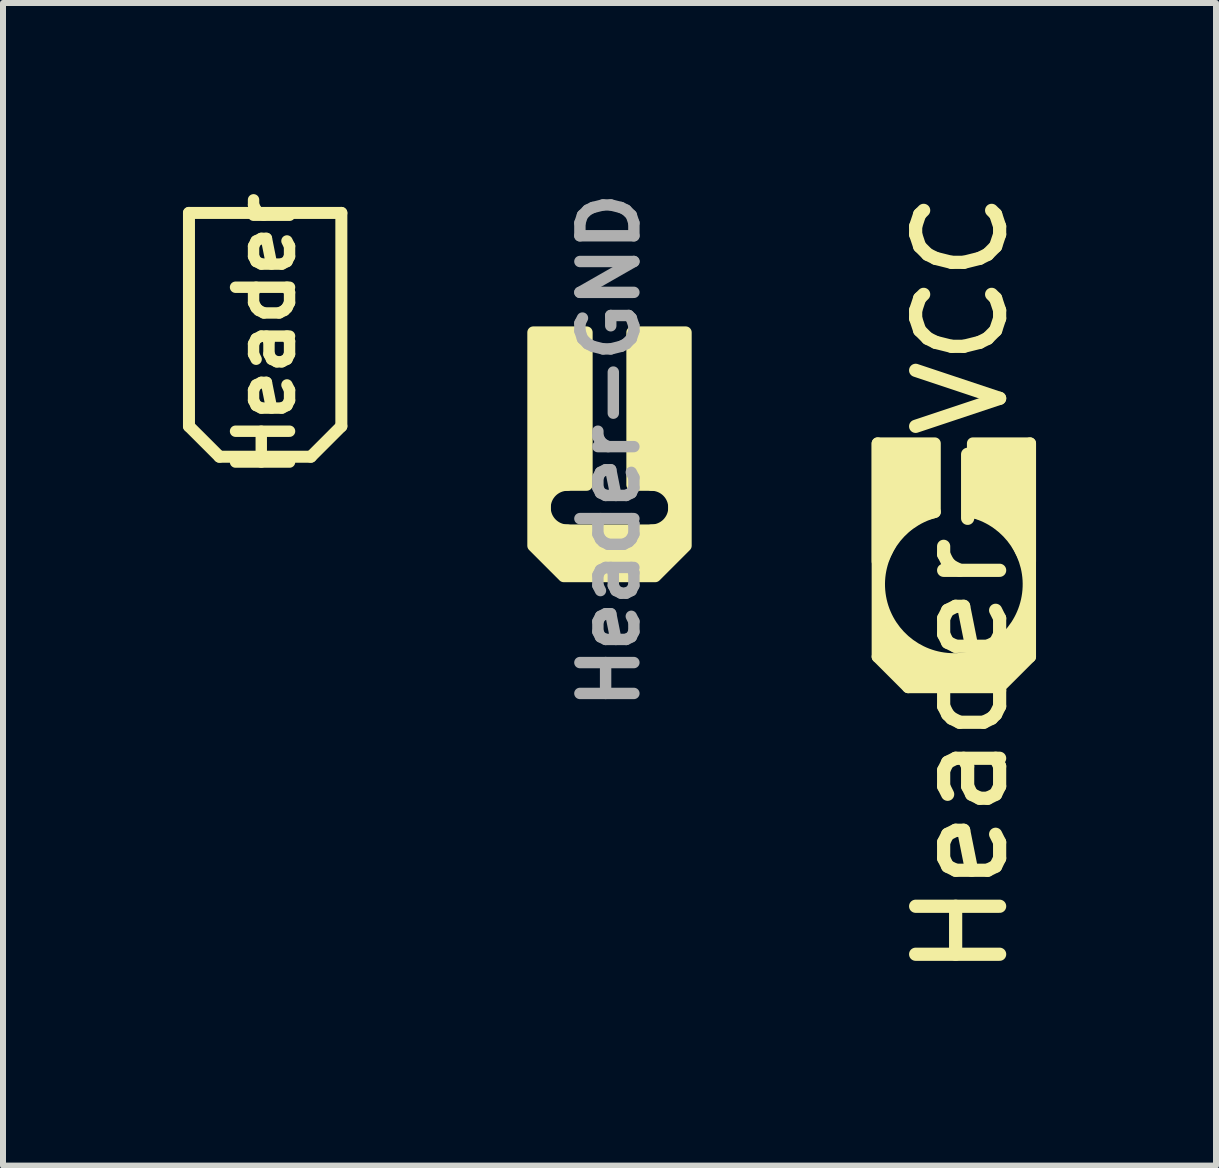
<source format=kicad_pcb>
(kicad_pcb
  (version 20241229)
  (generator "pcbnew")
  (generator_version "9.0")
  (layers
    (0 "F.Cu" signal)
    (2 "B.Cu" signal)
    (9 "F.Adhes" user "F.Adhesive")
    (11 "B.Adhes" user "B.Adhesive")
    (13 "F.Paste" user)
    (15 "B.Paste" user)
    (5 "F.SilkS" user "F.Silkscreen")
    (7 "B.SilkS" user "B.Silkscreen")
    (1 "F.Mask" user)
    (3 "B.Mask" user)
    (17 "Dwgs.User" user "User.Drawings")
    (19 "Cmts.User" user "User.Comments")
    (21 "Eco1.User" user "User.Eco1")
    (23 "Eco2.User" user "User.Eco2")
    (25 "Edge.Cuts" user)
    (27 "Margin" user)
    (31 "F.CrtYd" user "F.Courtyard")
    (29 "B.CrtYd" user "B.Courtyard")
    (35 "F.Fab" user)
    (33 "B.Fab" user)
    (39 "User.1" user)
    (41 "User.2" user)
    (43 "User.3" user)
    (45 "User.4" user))
  (footprint "Header-GND"
    (layer "F.Cu")
    (at 7.11 2.491)
    (property "Reference" "Header-GND" (at 0 1.968 270) (layer "F.Fab") (effects (font (size 0.9 0.9) (thickness 0.19))))
    (attr through_hole)
    (fp_arc (start -0.6985 3.302) (mid -1.0795 2.921) (end -0.6985 2.54) (stroke (width 0.2) (type solid)) (layer "F.SilkS"))
    (fp_arc (start 0.6985 2.54) (mid 1.0795 2.921) (end 0.6985 3.302) (stroke (width 0.2) (type solid)) (layer "F.SilkS"))
    (fp_poly (pts (xy -0.381 2.54) (xy -1.079 2.54) (xy -1.079 3.302) (xy 1.079 3.302) (xy 1.079 2.54) (xy 0.381 2.54) (xy 0.381 0) (xy 1.27 0) (xy 1.27 3.556) (xy 0.762 4.064) (xy -0.762 4.064) (xy -1.27 3.556) (xy -1.27 0) (xy -0.381 0)) (stroke (width 0.2) (type solid)) (fill yes) (layer "F.SilkS")))
  (footprint "Header"
    (layer "F.Cu")
    (at 1.37 0.499)
    (property "Reference" "Header" (at 0 2.032 90) (layer "F.SilkS") (effects (font (size 0.9 0.9) (thickness 0.19))))
    (attr through_hole)
    (fp_line (start -1.27 0) (end -1.27 3.556) (stroke (width 0.2) (type solid)) (layer "F.SilkS"))
    (fp_line (start -1.27 0) (end 1.27 0) (stroke (width 0.2) (type solid)) (layer "F.SilkS"))
    (fp_line (start -1.27 3.556) (end -0.762 4.064) (stroke (width 0.2) (type solid)) (layer "F.SilkS"))
    (fp_line (start -0.762 4.064) (end 0.762 4.064) (stroke (width 0.2) (type solid)) (layer "F.SilkS"))
    (fp_line (start 0.762 4.064) (end 1.27 3.556) (stroke (width 0.2) (type solid)) (layer "F.SilkS"))
    (fp_line (start 1.27 3.556) (end 1.27 0) (stroke (width 0.2) (type solid)) (layer "F.SilkS")))
  (footprint "Header-VCC"
    (layer "F.Cu")
    (at 12.85 4.341)
    (property "Reference" "Header-VCC" (at 0.127 2.349 90) (layer "F.SilkS") (effects (font (size 1.4 1.4) (thickness 0.22))))
    (attr through_hole)
    (fp_line (start -1.27 0) (end -1.27 3.556) (stroke (width 0.2) (type solid)) (layer "F.SilkS"))
    (fp_line (start -1.27 3.556) (end -0.762 4.064) (stroke (width 0.2) (type solid)) (layer "F.SilkS"))
    (fp_line (start -0.762 4.064) (end 0.762 4.064) (stroke (width 0.2) (type solid)) (layer "F.SilkS"))
    (fp_line (start 0.762 4.064) (end 1.27 3.556) (stroke (width 0.2) (type solid)) (layer "F.SilkS"))
    (fp_line (start 1.27 3.556) (end 1.27 0) (stroke (width 0.2) (type solid)) (layer "F.SilkS"))
    (fp_arc (start 0.317771 1.143071) (mid -0.00014 3.597077) (end -0.3175 1.143) (stroke (width 0.2) (type solid)) (layer "F.SilkS"))
    (fp_poly (pts (xy -1.016 3.175) (xy -0.762 3.429) (xy -0.381 3.619) (xy 0 3.683) (xy 0 4.064) (xy -0.762 4.064) (xy -1.27 3.556) (xy -1.27 2.731)) (stroke (width 0.1) (type solid)) (fill yes) (layer "F.SilkS"))
    (fp_poly (pts (xy -0.318 1.143) (xy -0.572 1.206) (xy -0.826 1.397) (xy -1.016 1.587) (xy -1.206 1.968) (xy -1.27 1.968) (xy -1.27 0) (xy -0.318 0)) (stroke (width 0.2) (type solid)) (fill yes) (layer "F.SilkS"))
    (fp_poly (pts (xy 0.318 1.143) (xy 0.572 1.206) (xy 0.826 1.397) (xy 1.016 1.587) (xy 1.206 1.968) (xy 1.27 1.968) (xy 1.27 0) (xy 0.318 0)) (stroke (width 0.2) (type solid)) (fill yes) (layer "F.SilkS"))
    (fp_poly (pts (xy 1.016 3.111) (xy 0.762 3.365) (xy 0.381 3.556) (xy 0 3.619) (xy 0 4) (xy 0.762 4) (xy 1.27 3.493) (xy 1.27 2.667)) (stroke (width 0.1) (type solid)) (fill yes) (layer "F.SilkS")))
  (gr_rect
    (start -3 -3)
    (end 17.22 16.38)
    (stroke (width 0.1) (type default))
    (fill no)
    (layer "Edge.Cuts")))
</source>
